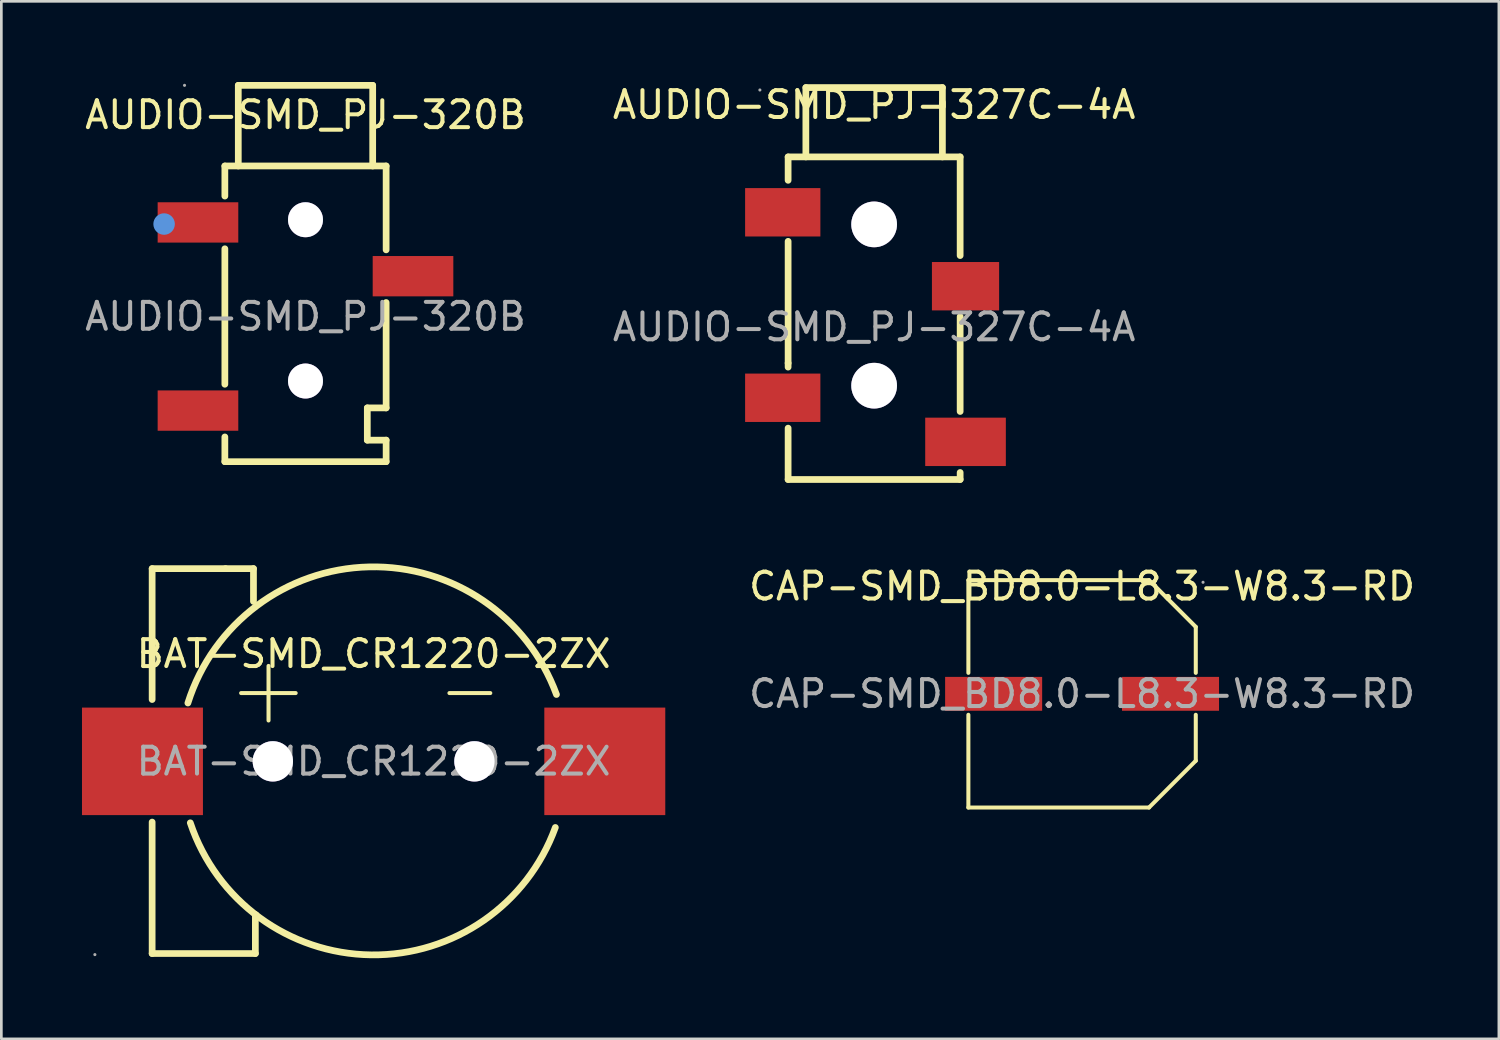
<source format=kicad_pcb>
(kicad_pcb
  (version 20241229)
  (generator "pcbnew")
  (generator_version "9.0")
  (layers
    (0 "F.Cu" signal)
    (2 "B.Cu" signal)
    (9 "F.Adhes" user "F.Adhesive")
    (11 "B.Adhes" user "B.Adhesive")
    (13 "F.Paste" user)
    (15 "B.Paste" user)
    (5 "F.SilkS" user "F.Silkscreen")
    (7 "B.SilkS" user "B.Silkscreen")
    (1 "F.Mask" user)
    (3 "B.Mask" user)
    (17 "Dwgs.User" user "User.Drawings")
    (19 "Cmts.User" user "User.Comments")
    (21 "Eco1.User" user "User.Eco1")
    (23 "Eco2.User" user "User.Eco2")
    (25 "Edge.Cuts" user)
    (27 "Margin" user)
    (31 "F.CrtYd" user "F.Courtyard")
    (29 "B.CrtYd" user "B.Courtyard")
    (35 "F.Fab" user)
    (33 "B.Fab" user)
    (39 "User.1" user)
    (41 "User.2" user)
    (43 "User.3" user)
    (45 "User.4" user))
  (footprint "AUDIO-SMD_PJ-320B"
    (layer "F.Cu")
    (at 8.315 8.725)
    (property "Reference" "AUDIO-SMD_PJ-320B" (at 0 -7.5 0) (layer "F.SilkS") (effects (font (size 1 1) (thickness 0.15))))
    (attr through_hole)
    (fp_line (start -3 -5.6) (end -3 -4.48) (stroke (width 0.25) (type solid)) (layer "F.SilkS"))
    (fp_line (start -3 -5.6) (end 3 -5.6) (stroke (width 0.25) (type solid)) (layer "F.SilkS"))
    (fp_line (start -3 -2.52) (end -3 2.52) (stroke (width 0.25) (type solid)) (layer "F.SilkS"))
    (fp_line (start -3 4.48) (end -3 5.4) (stroke (width 0.25) (type solid)) (layer "F.SilkS"))
    (fp_line (start -2.5 -8.6) (end 2.5 -8.6) (stroke (width 0.25) (type solid)) (layer "F.SilkS"))
    (fp_line (start -2.5 -5.6) (end -2.5 -8.6) (stroke (width 0.25) (type solid)) (layer "F.SilkS"))
    (fp_line (start 2.3 3.4) (end 2.3 4.6) (stroke (width 0.25) (type solid)) (layer "F.SilkS"))
    (fp_line (start 2.3 4.6) (end 3 4.6) (stroke (width 0.25) (type solid)) (layer "F.SilkS"))
    (fp_line (start 2.5 -5.6) (end 2.5 -8.6) (stroke (width 0.25) (type solid)) (layer "F.SilkS"))
    (fp_line (start 3 -5.6) (end 3 -2.48) (stroke (width 0.25) (type solid)) (layer "F.SilkS"))
    (fp_line (start 3 -0.52) (end 3 3.4) (stroke (width 0.25) (type solid)) (layer "F.SilkS"))
    (fp_line (start 3 3.4) (end 2.3 3.4) (stroke (width 0.25) (type solid)) (layer "F.SilkS"))
    (fp_line (start 3 4.6) (end 3 5.4) (stroke (width 0.25) (type solid)) (layer "F.SilkS"))
    (fp_line (start 3 5.4) (end -3 5.4) (stroke (width 0.25) (type solid)) (layer "F.SilkS"))
    (fp_circle (center -5.26 -3.44) (end -5.06 -3.44) (stroke (width 0.4) (type solid)) (fill no) (layer "Cmts.User"))
    (fp_circle (center 0 -3.6) (end 0.18 -3.6) (stroke (width 0.35) (type solid)) (fill no) (layer "Cmts.User"))
    (fp_circle (center 0 2.4) (end 0.18 2.4) (stroke (width 0.35) (type solid)) (fill no) (layer "Cmts.User"))
    (fp_circle (center -4.5 -8.6) (end -4.47 -8.6) (stroke (width 0.06) (type solid)) (fill no) (layer "F.Fab"))
    (fp_text user "${REFERENCE}" (at 0 0 0) (layer "F.Fab") (effects (font (size 1 1) (thickness 0.15))))
    (pad "" thru_hole circle (at 0 -3.6) (size 1.3 1.3) (drill 1.3) (layers "*.Cu" "*.Mask"))
    (pad "" thru_hole circle (at 0 2.4) (size 1.3 1.3) (drill 1.3) (layers "*.Cu" "*.Mask"))
    (pad "1" smd rect (at -4 -3.5) (size 3 1.5) (layers "F.Cu" "F.Mask" "F.Paste"))
    (pad "2" smd rect (at 4 -1.5) (size 3 1.5) (layers "F.Cu" "F.Mask" "F.Paste"))
    (pad "3" smd rect (at -4 3.5) (size 3 1.5) (layers "F.Cu" "F.Mask" "F.Paste")))
  (footprint "BAT-SMD_CR1220-2ZX"
    (layer "F.Cu")
    (at 10.85 25.274)
    (property "Reference" "BAT-SMD_CR1220-2ZX" (at 0 -4 0) (layer "F.SilkS") (effects (font (size 1 1) (thickness 0.15))))
    (attr through_hole)
    (fp_line (start -8.24 -7.17) (end -5.51 -7.17) (stroke (width 0.25) (type solid)) (layer "F.SilkS"))
    (fp_line (start -8.24 -2.3) (end -8.24 -7.17) (stroke (width 0.25) (type solid)) (layer "F.SilkS"))
    (fp_line (start -8.24 2.26) (end -8.24 7.15) (stroke (width 0.25) (type solid)) (layer "F.SilkS"))
    (fp_line (start -8.24 7.15) (end -4.4 7.15) (stroke (width 0.25) (type solid)) (layer "F.SilkS"))
    (fp_line (start -5.51 -7.17) (end -4.47 -7.17) (stroke (width 0.25) (type solid)) (layer "F.SilkS"))
    (fp_line (start -4.93 -2.54) (end -2.9 -2.54) (stroke (width 0.15) (type solid)) (layer "F.SilkS"))
    (fp_line (start -4.47 -7.17) (end -4.47 -5.95) (stroke (width 0.25) (type solid)) (layer "F.SilkS"))
    (fp_line (start -4.4 5.71) (end -4.38 5.71) (stroke (width 0.25) (type solid)) (layer "F.SilkS"))
    (fp_line (start -4.4 7.15) (end -4.4 5.71) (stroke (width 0.25) (type solid)) (layer "F.SilkS"))
    (fp_line (start -3.91 -1.52) (end -3.91 -3.55) (stroke (width 0.15) (type solid)) (layer "F.SilkS"))
    (fp_line (start 2.82 -2.54) (end 4.34 -2.54) (stroke (width 0.15) (type solid)) (layer "F.SilkS"))
    (fp_arc (start -6.91 -2.17) (mid -0.167585 -7.233785) (end 6.801792 -2.487223) (stroke (width 0.25) (type solid)) (layer "F.SilkS"))
    (fp_arc (start 6.76 2.46) (mid -0.091839 7.199692) (end -6.820375 2.286529) (stroke (width 0.25) (type solid)) (layer "F.SilkS"))
    (fp_circle (center -3.75 0) (end -3.5 0) (stroke (width 0.5) (type solid)) (fill no) (layer "Cmts.User"))
    (fp_circle (center 3.75 0) (end 3.94 0) (stroke (width 0.38) (type solid)) (fill no) (layer "Cmts.User"))
    (fp_circle (center -10.37 7.19) (end -10.34 7.19) (stroke (width 0.06) (type solid)) (fill no) (layer "F.Fab"))
    (fp_text user "${REFERENCE}" (at 0 0 0) (layer "F.Fab") (effects (font (size 1 1) (thickness 0.15))))
    (pad "" thru_hole circle (at -3.75 0) (size 1.5 1.5) (drill 1.5) (layers "*.Cu" "*.Mask"))
    (pad "" thru_hole circle (at 3.75 0) (size 1.5 1.5) (drill 1.5) (layers "*.Cu" "*.Mask"))
    (pad "1" smd rect (at -8.6 0 180) (size 4.5 4) (layers "F.Cu" "F.Mask" "F.Paste"))
    (pad "2" smd rect (at 8.6 0 180) (size 4.5 4) (layers "F.Cu" "F.Mask" "F.Paste")))
  (footprint "AUDIO-SMD_PJ-327C-4A"
    (layer "F.Cu")
    (at 29.47 9.118)
    (property "Reference" "AUDIO-SMD_PJ-327C-4A" (at 0 -8.27 0) (layer "F.SilkS") (effects (font (size 1 1) (thickness 0.15))))
    (attr through_hole)
    (fp_line (start -3.2 -6.33) (end 3.2 -6.33) (stroke (width 0.25) (type solid)) (layer "F.SilkS"))
    (fp_line (start -3.2 -5.46) (end -3.2 -6.33) (stroke (width 0.25) (type solid)) (layer "F.SilkS"))
    (fp_line (start -3.2 1.34) (end -3.2 -3.19) (stroke (width 0.25) (type solid)) (layer "F.SilkS"))
    (fp_line (start -3.2 1.34) (end -3.2 1.49) (stroke (width 0.25) (type solid)) (layer "F.SilkS"))
    (fp_line (start -3.2 3.76) (end -3.2 5.67) (stroke (width 0.25) (type solid)) (layer "F.SilkS"))
    (fp_line (start -3.2 5.67) (end 3.2 5.67) (stroke (width 0.25) (type solid)) (layer "F.SilkS"))
    (fp_line (start -2.54 -8.91) (end -2.54 -8.36) (stroke (width 0.25) (type solid)) (layer "F.SilkS"))
    (fp_line (start -2.54 -8.91) (end 2.54 -8.91) (stroke (width 0.25) (type solid)) (layer "F.SilkS"))
    (fp_line (start -2.54 -8.36) (end -2.54 -6.33) (stroke (width 0.25) (type solid)) (layer "F.SilkS"))
    (fp_line (start 2.54 -8.91) (end 2.54 -8.21) (stroke (width 0.25) (type solid)) (layer "F.SilkS"))
    (fp_line (start 2.54 -8.36) (end 2.54 -6.33) (stroke (width 0.25) (type solid)) (layer "F.SilkS"))
    (fp_line (start 3.2 -6.33) (end 3.2 -2.66) (stroke (width 0.25) (type solid)) (layer "F.SilkS"))
    (fp_line (start 3.2 -0.39) (end 3.2 3.14) (stroke (width 0.25) (type solid)) (layer "F.SilkS"))
    (fp_line (start 3.2 5.41) (end 3.2 5.67) (stroke (width 0.25) (type solid)) (layer "F.SilkS"))
    (fp_circle (center -4.25 -8.82) (end -4.22 -8.82) (stroke (width 0.06) (type solid)) (fill no) (layer "F.Fab"))
    (fp_text user "${REFERENCE}" (at 0 0 0) (layer "F.Fab") (effects (font (size 1 1) (thickness 0.15))))
    (pad "" thru_hole circle (at 0 -3.82) (size 1.7 1.7) (drill 1.7) (layers "*.Cu" "*.Mask"))
    (pad "" thru_hole circle (at 0 2.18) (size 1.7 1.7) (drill 1.7) (layers "*.Cu" "*.Mask"))
    (pad "1" smd rect (at -3.4 -4.27 90) (size 1.8 2.8) (layers "F.Cu" "F.Mask" "F.Paste"))
    (pad "2" smd rect (at -3.4 2.63 90) (size 1.8 2.8) (layers "F.Cu" "F.Mask" "F.Paste"))
    (pad "3" smd rect (at 3.4 -1.52 90) (size 1.8 2.5) (layers "F.Cu" "F.Mask" "F.Paste"))
    (pad "4" smd rect (at 3.4 4.27 90) (size 1.8 3) (layers "F.Cu" "F.Mask" "F.Paste")))
  (footprint "CAP-SMD_BD8.0-L8.3-W8.3-RD"
    (layer "F.Cu")
    (at 37.206 22.762)
    (property "Reference" "CAP-SMD_BD8.0-L8.3-W8.3-RD" (at 0 -4 0) (layer "F.SilkS") (effects (font (size 1 1) (thickness 0.15))))
    (attr through_hole)
    (fp_line (start -4.23 -4.23) (end 2.49 -4.23) (stroke (width 0.15) (type solid)) (layer "F.SilkS"))
    (fp_line (start -4.23 -0.78) (end -4.23 -4.23) (stroke (width 0.15) (type solid)) (layer "F.SilkS"))
    (fp_line (start -4.23 0.78) (end -4.23 4.23) (stroke (width 0.15) (type solid)) (layer "F.SilkS"))
    (fp_line (start -4.23 4.23) (end 2.49 4.23) (stroke (width 0.15) (type solid)) (layer "F.SilkS"))
    (fp_line (start 2.49 -4.23) (end 4.23 -2.49) (stroke (width 0.15) (type solid)) (layer "F.SilkS"))
    (fp_line (start 2.49 4.23) (end 4.23 2.49) (stroke (width 0.15) (type solid)) (layer "F.SilkS"))
    (fp_line (start 4.23 -2.49) (end 4.23 -0.78) (stroke (width 0.15) (type solid)) (layer "F.SilkS"))
    (fp_line (start 4.23 2.49) (end 4.23 0.78) (stroke (width 0.15) (type solid)) (layer "F.SilkS"))
    (fp_circle (center 4.5 -4.15) (end 4.53 -4.15) (stroke (width 0.06) (type solid)) (fill no) (layer "F.Fab"))
    (fp_text user "${REFERENCE}" (at 0 0 0) (layer "F.Fab") (effects (font (size 1 1) (thickness 0.15))))
    (pad "1" smd rect (at 3.29 0 180) (size 3.61 1.26) (layers "F.Cu" "F.Mask" "F.Paste"))
    (pad "2" smd rect (at -3.29 0 180) (size 3.61 1.26) (layers "F.Cu" "F.Mask" "F.Paste")))
  (gr_rect
    (start -3 -3)
    (end 52.712 35.599)
    (stroke (width 0.1) (type default))
    (fill no)
    (layer "Edge.Cuts")))
</source>
